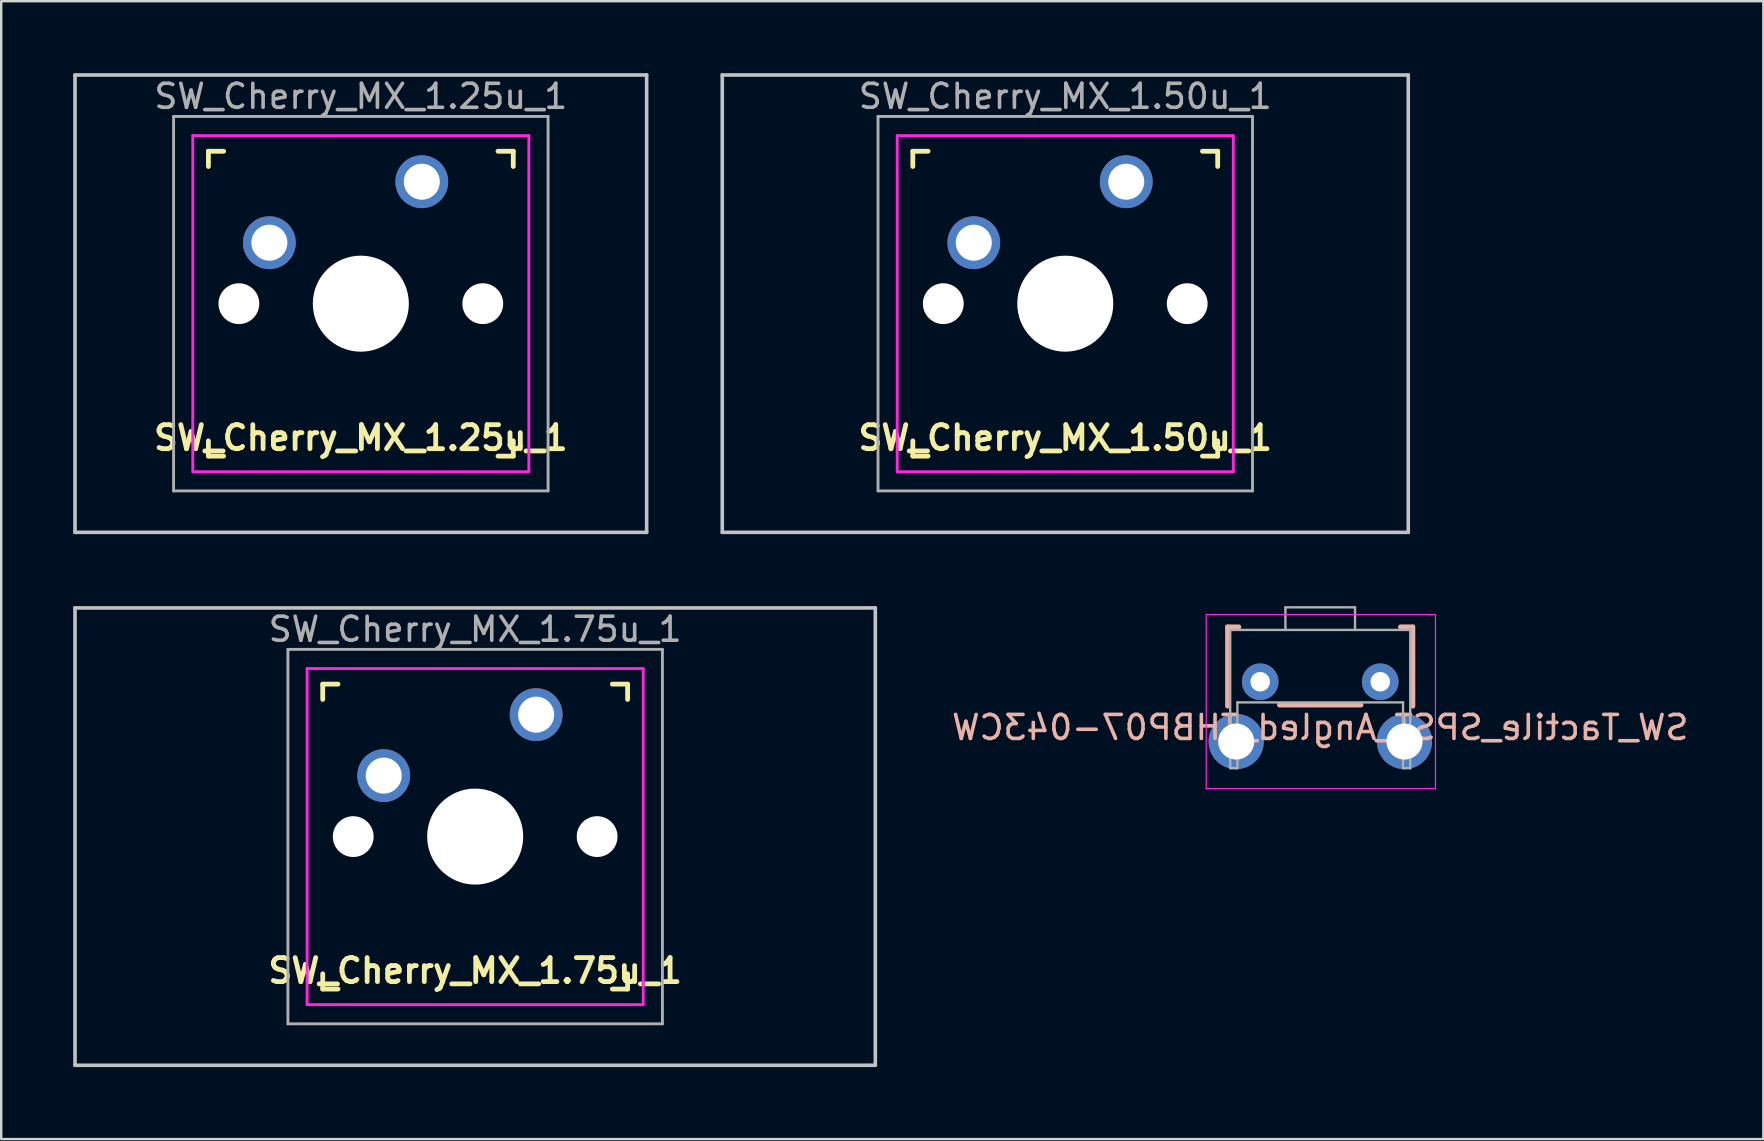
<source format=kicad_pcb>
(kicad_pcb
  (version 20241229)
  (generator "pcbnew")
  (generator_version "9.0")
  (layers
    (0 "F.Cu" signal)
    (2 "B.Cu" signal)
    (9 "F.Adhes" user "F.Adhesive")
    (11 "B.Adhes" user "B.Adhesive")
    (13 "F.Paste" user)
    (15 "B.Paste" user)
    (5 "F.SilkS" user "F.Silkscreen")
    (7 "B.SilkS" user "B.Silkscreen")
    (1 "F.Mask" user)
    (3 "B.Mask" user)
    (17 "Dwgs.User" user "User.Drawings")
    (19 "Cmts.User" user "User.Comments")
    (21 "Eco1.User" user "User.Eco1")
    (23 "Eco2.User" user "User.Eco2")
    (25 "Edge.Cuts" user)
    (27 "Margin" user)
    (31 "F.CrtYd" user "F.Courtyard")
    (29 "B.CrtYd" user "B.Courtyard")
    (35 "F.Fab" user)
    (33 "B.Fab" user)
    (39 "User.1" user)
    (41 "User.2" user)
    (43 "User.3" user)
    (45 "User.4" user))
  (footprint "SW_Tactile_SPST_Angled_THBP07-043CW"
    (layer "F.Cu")
    (at 49.446 25.35)
    (property "Reference" "SW_Tactile_SPST_Angled_THBP07-043CW" (at 2.5 1.905 0) (layer "B.SilkS") (effects (font (size 1 1) (thickness 0.15)) (justify mirror)))
    (attr through_hole)
    (fp_line (start -1.36 -2.286) (end -1.36 1.016) (stroke (width 0.2) (type solid)) (layer "B.SilkS"))
    (fp_line (start -1.36 -2.286) (end -0.889 -2.286) (stroke (width 0.2) (type solid)) (layer "B.SilkS"))
    (fp_line (start 0.8 0.97) (end 4.2 0.97) (stroke (width 0.2) (type solid)) (layer "B.SilkS"))
    (fp_line (start 6.35 -2.286) (end 5.842 -2.286) (stroke (width 0.2) (type solid)) (layer "B.SilkS"))
    (fp_line (start 6.36 -2.286) (end 6.36 1.016) (stroke (width 0.2) (type solid)) (layer "B.SilkS"))
    (fp_line (start -2.25 -2.8) (end 7.3 -2.8) (stroke (width 0.05) (type solid)) (layer "F.CrtYd"))
    (fp_line (start -2.25 4.45) (end -2.25 -2.8) (stroke (width 0.05) (type solid)) (layer "F.CrtYd"))
    (fp_line (start 7.3 -2.8) (end 7.3 4.45) (stroke (width 0.05) (type solid)) (layer "F.CrtYd"))
    (fp_line (start 7.3 4.45) (end -2.25 4.45) (stroke (width 0.05) (type solid)) (layer "F.CrtYd"))
    (fp_line (start -1.25 -2.159) (end 6.25 -2.159) (stroke (width 0.1) (type solid)) (layer "F.Fab"))
    (fp_line (start -1.25 3.6) (end -1.25 -2.159) (stroke (width 0.1) (type solid)) (layer "F.Fab"))
    (fp_line (start -1.25 3.6) (end -0.95 3.6) (stroke (width 0.1) (type solid)) (layer "F.Fab"))
    (fp_line (start -0.95 0.86) (end 5.95 0.86) (stroke (width 0.1) (type solid)) (layer "F.Fab"))
    (fp_line (start -0.95 3.6) (end -0.95 0.86) (stroke (width 0.1) (type solid)) (layer "F.Fab"))
    (fp_line (start 1.05 -3.1) (end 1.05 -2.159) (stroke (width 0.1) (type solid)) (layer "F.Fab"))
    (fp_line (start 1.05 -3.1) (end 3.95 -3.1) (stroke (width 0.1) (type solid)) (layer "F.Fab"))
    (fp_line (start 3.95 -3.1) (end 3.95 -2.159) (stroke (width 0.1) (type solid)) (layer "F.Fab"))
    (fp_line (start 5.95 3.6) (end 5.95 0.86) (stroke (width 0.1) (type solid)) (layer "F.Fab"))
    (fp_line (start 5.95 3.6) (end 6.25 3.6) (stroke (width 0.1) (type solid)) (layer "F.Fab"))
    (fp_line (start 6.25 3.6) (end 6.25 -2.159) (stroke (width 0.1) (type solid)) (layer "F.Fab"))
    (pad "1" thru_hole circle (at 0 0) (size 1.524 1.524) (drill 0.813) (layers "*.Cu" "*.Mask"))
    (pad "2" thru_hole circle (at 5 0) (size 1.524 1.524) (drill 0.813) (layers "*.Cu" "*.Mask"))
    (pad "3" thru_hole circle (at -1 2.49) (size 2.3 2.3) (drill 1.5) (layers "*.Cu" "*.Mask"))
    (pad "4" thru_hole circle (at 6.01 2.49) (size 2.3 2.3) (drill 1.5) (layers "*.Cu" "*.Mask")))
  (footprint "SW_Cherry_MX_1.50u_1"
    (layer "F.Cu")
    (at 43.865 4.52)
    (property "Reference" "SW_Cherry_MX_1.50u_1" (at -2.54 10.668 0) (layer "F.SilkS") (effects (font (size 1 1) (thickness 0.2))))
    (attr through_hole)
    (fp_line (start -8.89 -1.27) (end -8.255 -1.27) (stroke (width 0.2) (type solid)) (layer "F.SilkS"))
    (fp_line (start -8.89 -0.635) (end -8.89 -1.27) (stroke (width 0.2) (type solid)) (layer "F.SilkS"))
    (fp_line (start -8.89 11.43) (end -8.89 10.795) (stroke (width 0.2) (type solid)) (layer "F.SilkS"))
    (fp_line (start -8.255 11.43) (end -8.89 11.43) (stroke (width 0.2) (type solid)) (layer "F.SilkS"))
    (fp_line (start 3.175 -1.27) (end 3.81 -1.27) (stroke (width 0.2) (type solid)) (layer "F.SilkS"))
    (fp_line (start 3.81 -1.27) (end 3.81 -0.635) (stroke (width 0.2) (type solid)) (layer "F.SilkS"))
    (fp_line (start 3.81 10.795) (end 3.81 11.43) (stroke (width 0.2) (type solid)) (layer "F.SilkS"))
    (fp_line (start 3.81 11.43) (end 3.175 11.43) (stroke (width 0.2) (type solid)) (layer "F.SilkS"))
    (fp_line (start -16.828 -4.445) (end 11.748 -4.445) (stroke (width 0.15) (type solid)) (layer "Dwgs.User"))
    (fp_line (start -16.828 14.605) (end -16.828 -4.445) (stroke (width 0.15) (type solid)) (layer "Dwgs.User"))
    (fp_line (start 11.748 -4.445) (end 11.748 14.605) (stroke (width 0.15) (type solid)) (layer "Dwgs.User"))
    (fp_line (start 11.748 14.605) (end -16.828 14.605) (stroke (width 0.15) (type solid)) (layer "Dwgs.User"))
    (fp_line (start -9.54 -1.92) (end -9.54 12.08) (stroke (width 0.12) (type solid)) (layer "F.CrtYd"))
    (fp_line (start -9.54 -1.92) (end 4.46 -1.92) (stroke (width 0.12) (type solid)) (layer "F.CrtYd"))
    (fp_line (start -9.54 12.08) (end 4.46 12.08) (stroke (width 0.12) (type solid)) (layer "F.CrtYd"))
    (fp_line (start 4.46 -1.92) (end 4.46 12.08) (stroke (width 0.12) (type solid)) (layer "F.CrtYd"))
    (fp_line (start -10.34 -2.72) (end -10.34 12.88) (stroke (width 0.12) (type solid)) (layer "F.Fab"))
    (fp_line (start -10.34 -2.72) (end 5.26 -2.72) (stroke (width 0.12) (type solid)) (layer "F.Fab"))
    (fp_line (start -10.34 12.88) (end 5.26 12.88) (stroke (width 0.12) (type solid)) (layer "F.Fab"))
    (fp_line (start 5.26 -2.72) (end 5.26 12.88) (stroke (width 0.12) (type solid)) (layer "F.Fab"))
    (fp_text user "${REFERENCE}" (at -2.54 -3.556 0) (layer "F.Fab") (effects (font (size 1 1) (thickness 0.15))))
    (pad "" np_thru_hole circle (at -7.62 5.08) (size 1.7 1.7) (drill 1.7) (layers "*.Cu" "*.Mask"))
    (pad "" np_thru_hole circle (at -2.54 5.08) (size 4 4) (drill 4) (layers "*.Cu" "*.Mask"))
    (pad "" np_thru_hole circle (at 2.54 5.08) (size 1.7 1.7) (drill 1.7) (layers "*.Cu" "*.Mask"))
    (pad "1" thru_hole circle (at 0 0) (size 2.2 2.2) (drill 1.5) (layers "*.Cu" "*.Mask"))
    (pad "2" thru_hole circle (at -6.35 2.54) (size 2.2 2.2) (drill 1.5) (layers "*.Cu" "*.Mask")))
  (footprint "SW_Cherry_MX_1.25u_1"
    (layer "F.Cu")
    (at 14.521 4.52)
    (property "Reference" "SW_Cherry_MX_1.25u_1" (at -2.54 10.668 0) (layer "F.SilkS") (effects (font (size 1 1) (thickness 0.2))))
    (attr through_hole)
    (fp_line (start -8.89 -1.27) (end -8.255 -1.27) (stroke (width 0.2) (type solid)) (layer "F.SilkS"))
    (fp_line (start -8.89 -0.635) (end -8.89 -1.27) (stroke (width 0.2) (type solid)) (layer "F.SilkS"))
    (fp_line (start -8.89 10.795) (end -8.89 11.43) (stroke (width 0.2) (type solid)) (layer "F.SilkS"))
    (fp_line (start -8.89 11.43) (end -8.255 11.43) (stroke (width 0.2) (type solid)) (layer "F.SilkS"))
    (fp_line (start 3.175 11.43) (end 3.81 11.43) (stroke (width 0.2) (type solid)) (layer "F.SilkS"))
    (fp_line (start 3.81 -1.27) (end 3.175 -1.27) (stroke (width 0.2) (type solid)) (layer "F.SilkS"))
    (fp_line (start 3.81 -0.635) (end 3.81 -1.27) (stroke (width 0.2) (type solid)) (layer "F.SilkS"))
    (fp_line (start 3.81 11.43) (end 3.81 10.795) (stroke (width 0.2) (type solid)) (layer "F.SilkS"))
    (fp_line (start -14.446 -4.445) (end 9.366 -4.445) (stroke (width 0.15) (type solid)) (layer "Dwgs.User"))
    (fp_line (start -14.446 14.605) (end -14.446 -4.445) (stroke (width 0.15) (type solid)) (layer "Dwgs.User"))
    (fp_line (start 9.366 -4.445) (end 9.366 14.605) (stroke (width 0.15) (type solid)) (layer "Dwgs.User"))
    (fp_line (start 9.366 14.605) (end -14.446 14.605) (stroke (width 0.15) (type solid)) (layer "Dwgs.User"))
    (fp_line (start -9.54 -1.92) (end -9.54 12.08) (stroke (width 0.12) (type solid)) (layer "F.CrtYd"))
    (fp_line (start -9.54 -1.92) (end 4.46 -1.92) (stroke (width 0.12) (type solid)) (layer "F.CrtYd"))
    (fp_line (start -9.54 12.08) (end 4.46 12.08) (stroke (width 0.12) (type solid)) (layer "F.CrtYd"))
    (fp_line (start 4.46 -1.92) (end 4.46 12.08) (stroke (width 0.12) (type solid)) (layer "F.CrtYd"))
    (fp_line (start -10.34 -2.72) (end -10.34 12.88) (stroke (width 0.12) (type solid)) (layer "F.Fab"))
    (fp_line (start -10.34 -2.72) (end 5.26 -2.72) (stroke (width 0.12) (type solid)) (layer "F.Fab"))
    (fp_line (start -10.34 12.88) (end 5.26 12.88) (stroke (width 0.12) (type solid)) (layer "F.Fab"))
    (fp_line (start 5.26 -2.72) (end 5.26 12.88) (stroke (width 0.12) (type solid)) (layer "F.Fab"))
    (fp_text user "${REFERENCE}" (at -2.54 -3.556 0) (layer "F.Fab") (effects (font (size 1 1) (thickness 0.15))))
    (pad "" np_thru_hole circle (at -7.62 5.08) (size 1.7 1.7) (drill 1.7) (layers "*.Cu" "*.Mask"))
    (pad "" np_thru_hole circle (at -2.54 5.08) (size 4 4) (drill 4) (layers "*.Cu" "*.Mask"))
    (pad "" np_thru_hole circle (at 2.54 5.08) (size 1.7 1.7) (drill 1.7) (layers "*.Cu" "*.Mask"))
    (pad "1" thru_hole circle (at 0 0) (size 2.2 2.2) (drill 1.5) (layers "*.Cu" "*.Mask"))
    (pad "2" thru_hole circle (at -6.35 2.54) (size 2.2 2.2) (drill 1.5) (layers "*.Cu" "*.Mask")))
  (footprint "SW_Cherry_MX_1.75u_1"
    (layer "F.Cu")
    (at 19.284 26.72)
    (property "Reference" "SW_Cherry_MX_1.75u_1" (at -2.54 10.668 0) (layer "F.SilkS") (effects (font (size 1 1) (thickness 0.2))))
    (attr through_hole)
    (fp_line (start -8.89 -1.27) (end -8.255 -1.27) (stroke (width 0.2) (type solid)) (layer "F.SilkS"))
    (fp_line (start -8.89 -0.635) (end -8.89 -1.27) (stroke (width 0.2) (type solid)) (layer "F.SilkS"))
    (fp_line (start -8.89 11.43) (end -8.89 10.795) (stroke (width 0.2) (type solid)) (layer "F.SilkS"))
    (fp_line (start -8.255 11.43) (end -8.89 11.43) (stroke (width 0.2) (type solid)) (layer "F.SilkS"))
    (fp_line (start 3.175 -1.27) (end 3.81 -1.27) (stroke (width 0.2) (type solid)) (layer "F.SilkS"))
    (fp_line (start 3.81 -1.27) (end 3.81 -0.635) (stroke (width 0.2) (type solid)) (layer "F.SilkS"))
    (fp_line (start 3.81 10.795) (end 3.81 11.43) (stroke (width 0.2) (type solid)) (layer "F.SilkS"))
    (fp_line (start 3.81 11.43) (end 3.175 11.43) (stroke (width 0.2) (type solid)) (layer "F.SilkS"))
    (fp_line (start -19.209 -4.445) (end 14.129 -4.445) (stroke (width 0.15) (type solid)) (layer "Dwgs.User"))
    (fp_line (start -19.209 14.605) (end -19.209 -4.445) (stroke (width 0.15) (type solid)) (layer "Dwgs.User"))
    (fp_line (start 14.129 -4.445) (end 14.129 14.605) (stroke (width 0.15) (type solid)) (layer "Dwgs.User"))
    (fp_line (start 14.129 14.605) (end -19.209 14.605) (stroke (width 0.15) (type solid)) (layer "Dwgs.User"))
    (fp_line (start -9.54 -1.92) (end -9.54 12.08) (stroke (width 0.12) (type solid)) (layer "F.CrtYd"))
    (fp_line (start -9.54 -1.92) (end 4.46 -1.92) (stroke (width 0.12) (type solid)) (layer "F.CrtYd"))
    (fp_line (start -9.54 12.08) (end 4.46 12.08) (stroke (width 0.12) (type solid)) (layer "F.CrtYd"))
    (fp_line (start 4.46 -1.92) (end 4.46 12.08) (stroke (width 0.12) (type solid)) (layer "F.CrtYd"))
    (fp_line (start -10.34 -2.72) (end -10.34 12.88) (stroke (width 0.12) (type solid)) (layer "F.Fab"))
    (fp_line (start -10.34 -2.72) (end 5.26 -2.72) (stroke (width 0.12) (type solid)) (layer "F.Fab"))
    (fp_line (start -10.34 12.88) (end 5.26 12.88) (stroke (width 0.12) (type solid)) (layer "F.Fab"))
    (fp_line (start 5.26 -2.72) (end 5.26 12.88) (stroke (width 0.12) (type solid)) (layer "F.Fab"))
    (fp_text user "${REFERENCE}" (at -2.54 -3.556 0) (layer "F.Fab") (effects (font (size 1 1) (thickness 0.15))))
    (pad "" np_thru_hole circle (at -7.62 5.08) (size 1.7 1.7) (drill 1.7) (layers "*.Cu" "*.Mask"))
    (pad "" np_thru_hole circle (at -2.54 5.08) (size 4 4) (drill 4) (layers "*.Cu" "*.Mask"))
    (pad "" np_thru_hole circle (at 2.54 5.08) (size 1.7 1.7) (drill 1.7) (layers "*.Cu" "*.Mask"))
    (pad "1" thru_hole circle (at 0 0) (size 2.2 2.2) (drill 1.5) (layers "*.Cu" "*.Mask"))
    (pad "2" thru_hole circle (at -6.35 2.54) (size 2.2 2.2) (drill 1.5) (layers "*.Cu" "*.Mask")))
  (gr_rect
    (start -3 -3)
    (end 70.404 44.4)
    (stroke (width 0.1) (type default))
    (fill no)
    (layer "Edge.Cuts")))
</source>
